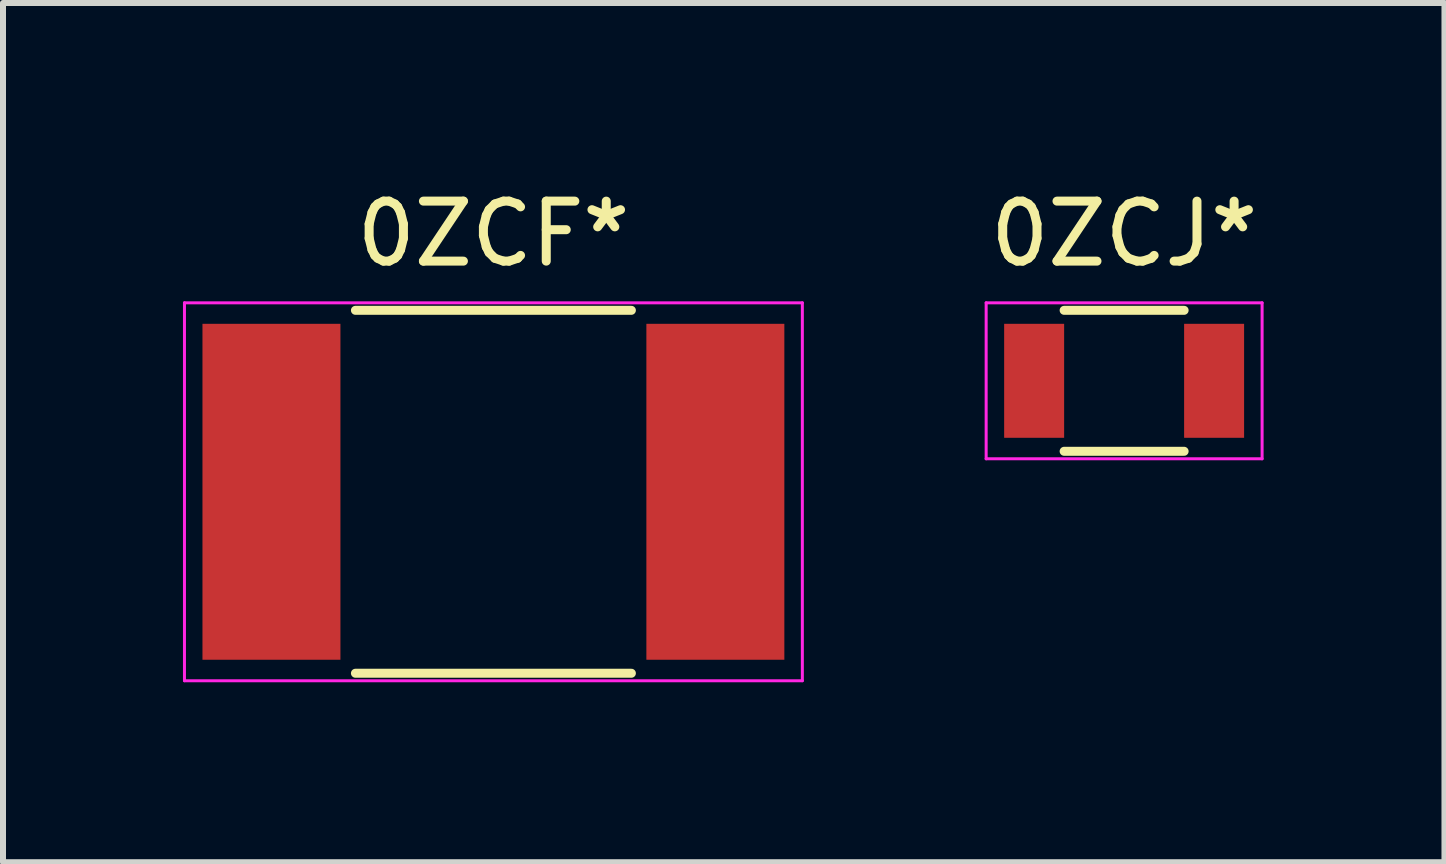
<source format=kicad_pcb>
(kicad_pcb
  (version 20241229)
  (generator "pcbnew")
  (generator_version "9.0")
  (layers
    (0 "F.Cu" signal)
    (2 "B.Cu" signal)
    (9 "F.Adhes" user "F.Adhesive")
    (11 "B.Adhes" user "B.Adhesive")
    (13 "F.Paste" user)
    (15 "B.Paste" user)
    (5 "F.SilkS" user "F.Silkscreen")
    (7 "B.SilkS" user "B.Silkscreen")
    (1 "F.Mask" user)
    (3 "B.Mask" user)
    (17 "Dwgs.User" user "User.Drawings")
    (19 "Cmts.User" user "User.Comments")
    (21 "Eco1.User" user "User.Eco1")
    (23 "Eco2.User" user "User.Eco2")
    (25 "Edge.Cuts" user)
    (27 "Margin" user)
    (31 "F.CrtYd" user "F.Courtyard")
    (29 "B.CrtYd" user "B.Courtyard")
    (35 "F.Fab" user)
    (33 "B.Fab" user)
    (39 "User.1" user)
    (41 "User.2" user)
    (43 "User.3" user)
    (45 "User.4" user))
  (footprint "0ZCJ*"
    (layer "F.Cu")
    (at 15.689 3.298)
    (property "Reference" "0ZCJ*" (at 0 -2.45 0) (layer "F.SilkS") (effects (font (size 1 1) (thickness 0.15))))
    (attr smd)
    (fp_line (start -1 1.175) (end 1 1.175) (stroke (width 0.15) (type solid)) (layer "F.SilkS"))
    (fp_line (start 1 -1.175) (end -1 -1.175) (stroke (width 0.15) (type solid)) (layer "F.SilkS"))
    (fp_line (start -2.3 -1.3) (end -2.3 1.3) (stroke (width 0.05) (type solid)) (layer "F.CrtYd"))
    (fp_line (start -2.3 -1.3) (end 2.3 -1.3) (stroke (width 0.05) (type solid)) (layer "F.CrtYd"))
    (fp_line (start -2.3 1.3) (end 2.3 1.3) (stroke (width 0.05) (type solid)) (layer "F.CrtYd"))
    (fp_line (start 2.3 -1.3) (end 2.3 1.3) (stroke (width 0.05) (type solid)) (layer "F.CrtYd"))
    (pad "1" smd rect (at -1.5 0) (size 1 1.9) (layers "F.Cu" "F.Mask" "F.Paste"))
    (pad "2" smd rect (at 1.5 0) (size 1 1.9) (layers "F.Cu" "F.Mask" "F.Paste")))
  (footprint "0ZCF*"
    (layer "F.Cu")
    (at 5.175 5.148)
    (property "Reference" "0ZCF*" (at 0 -4.3 0) (layer "F.SilkS") (effects (font (size 1 1) (thickness 0.15))))
    (attr smd)
    (fp_line (start -2.3 3.025) (end 2.3 3.025) (stroke (width 0.15) (type solid)) (layer "F.SilkS"))
    (fp_line (start 2.3 -3.025) (end -2.3 -3.025) (stroke (width 0.15) (type solid)) (layer "F.SilkS"))
    (fp_line (start -5.15 -3.15) (end -5.15 3.15) (stroke (width 0.05) (type solid)) (layer "F.CrtYd"))
    (fp_line (start -5.15 -3.15) (end 5.15 -3.15) (stroke (width 0.05) (type solid)) (layer "F.CrtYd"))
    (fp_line (start -5.15 3.15) (end 5.15 3.15) (stroke (width 0.05) (type solid)) (layer "F.CrtYd"))
    (fp_line (start 5.15 -3.15) (end 5.15 3.15) (stroke (width 0.05) (type solid)) (layer "F.CrtYd"))
    (pad "1" smd rect (at -3.7 0) (size 2.3 5.6) (layers "F.Cu" "F.Mask" "F.Paste"))
    (pad "2" smd rect (at 3.7 0) (size 2.3 5.6) (layers "F.Cu" "F.Mask" "F.Paste")))
  (gr_rect
    (start -3 -3)
    (end 21.029 11.323)
    (stroke (width 0.1) (type default))
    (fill no)
    (layer "Edge.Cuts")))
</source>
